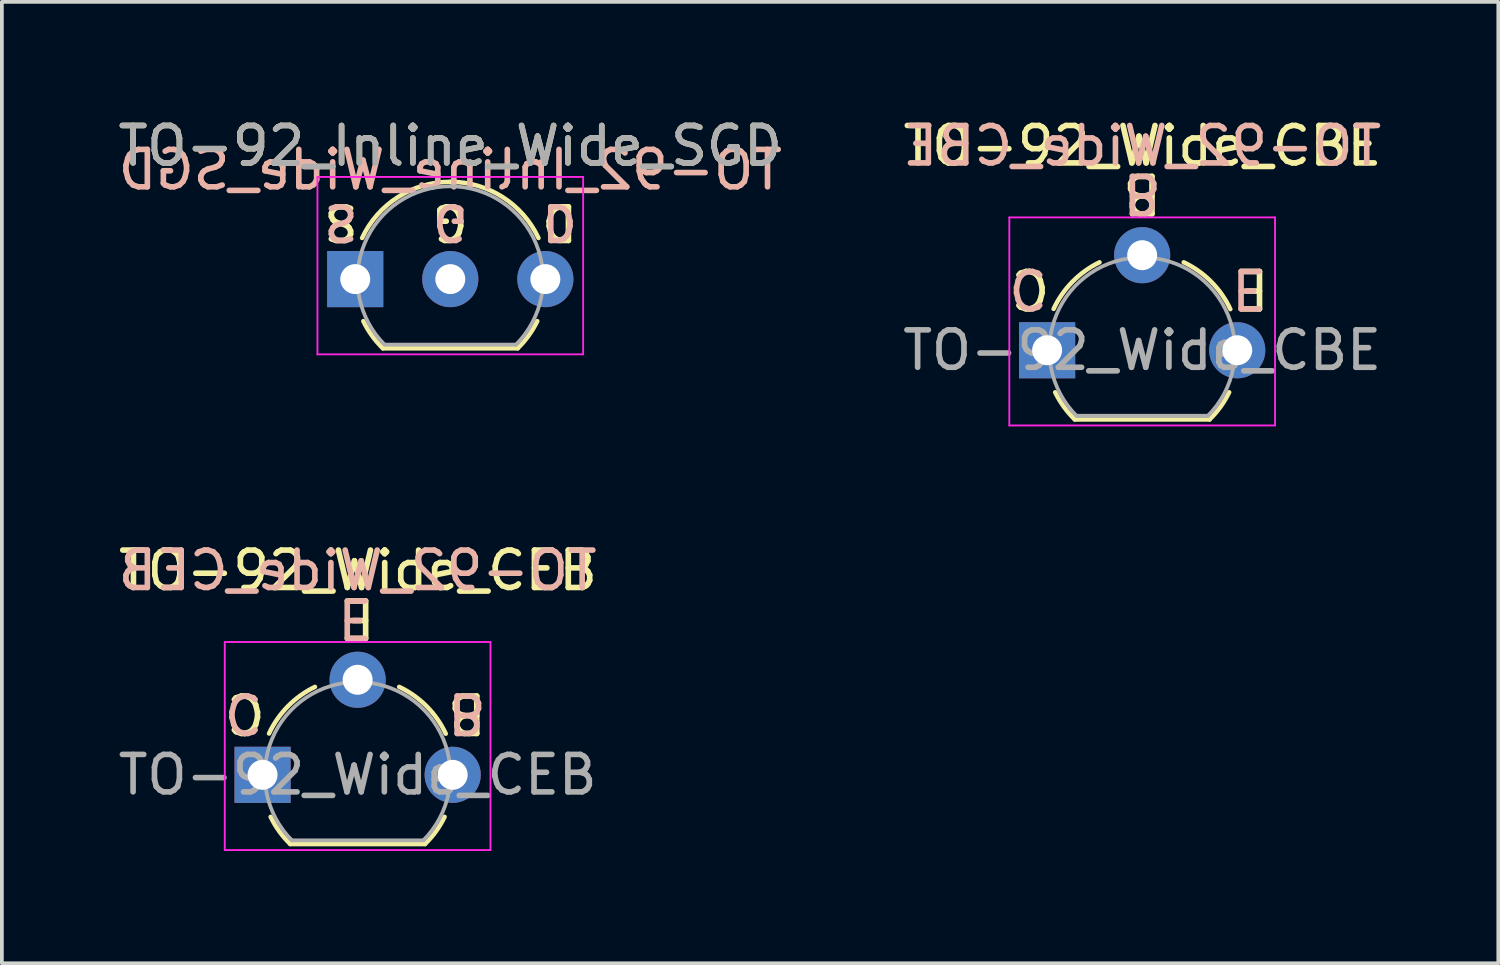
<source format=kicad_pcb>
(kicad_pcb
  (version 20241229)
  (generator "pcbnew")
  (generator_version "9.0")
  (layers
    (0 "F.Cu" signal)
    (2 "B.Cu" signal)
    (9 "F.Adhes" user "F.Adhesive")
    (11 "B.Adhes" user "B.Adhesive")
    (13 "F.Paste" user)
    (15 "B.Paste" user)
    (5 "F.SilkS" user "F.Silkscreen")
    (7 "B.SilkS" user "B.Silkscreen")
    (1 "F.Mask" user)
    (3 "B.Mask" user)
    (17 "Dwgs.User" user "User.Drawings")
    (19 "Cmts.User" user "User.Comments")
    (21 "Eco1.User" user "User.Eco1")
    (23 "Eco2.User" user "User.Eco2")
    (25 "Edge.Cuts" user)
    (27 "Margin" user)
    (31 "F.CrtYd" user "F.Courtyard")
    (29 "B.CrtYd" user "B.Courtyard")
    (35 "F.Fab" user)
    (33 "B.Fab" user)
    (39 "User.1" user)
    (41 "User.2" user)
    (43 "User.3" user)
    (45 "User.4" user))
  (footprint "TO-92_Wide_CBE"
    (layer "F.Cu")
    (at 24.93 6.309)
    (property "Reference" "TO-92_Wide_CBE" (at 2.55 -5.461 0) (layer "F.SilkS") (effects (font (size 1 1) (thickness 0.15))))
    (fp_line (start 0.74 1.85) (end 4.34 1.85) (stroke (width 0.12) (type solid)) (layer "F.SilkS"))
    (fp_arc (start 0.172801 -1.103842) (mid 0.678995 -1.832692) (end 1.4 -2.35) (stroke (width 0.12) (type solid)) (layer "F.SilkS"))
    (fp_arc (start 0.74 1.85) (mid 0.446097 1.509328) (end 0.215816 1.122795) (stroke (width 0.12) (type solid)) (layer "F.SilkS"))
    (fp_arc (start 3.65 -2.35) (mid 4.382279 -1.833196) (end 4.895458 -1.098371) (stroke (width 0.12) (type solid)) (layer "F.SilkS"))
    (fp_arc (start 4.864184 1.122795) (mid 4.633903 1.509328) (end 4.34 1.85) (stroke (width 0.12) (type solid)) (layer "F.SilkS"))
    (fp_line (start -1.01 -3.55) (end -1.01 2.01) (stroke (width 0.05) (type solid)) (layer "F.CrtYd"))
    (fp_line (start -1.01 -3.55) (end 6.09 -3.55) (stroke (width 0.05) (type solid)) (layer "F.CrtYd"))
    (fp_line (start 6.09 2.01) (end -1.01 2.01) (stroke (width 0.05) (type solid)) (layer "F.CrtYd"))
    (fp_line (start 6.09 2.01) (end 6.09 -3.55) (stroke (width 0.05) (type solid)) (layer "F.CrtYd"))
    (fp_line (start 0.8 1.75) (end 4.3 1.75) (stroke (width 0.1) (type solid)) (layer "F.Fab"))
    (fp_arc (start 0.786375 1.753625) (mid 0.248779 -0.949055) (end 2.54 -2.48) (stroke (width 0.1) (type solid)) (layer "F.Fab"))
    (fp_arc (start 2.54 -2.48) (mid 4.831221 -0.949055) (end 4.293625 1.753625) (stroke (width 0.1) (type solid)) (layer "F.Fab"))
    (fp_text user "C" (at -0.445 -1.651 180) (unlocked yes) (layer "F.SilkS") (effects (font (size 1 1) (thickness 0.15))))
    (fp_text user "E" (at 5.461 -1.651 180) (unlocked yes) (layer "F.SilkS") (effects (font (size 1 1) (thickness 0.15))))
    (fp_text user "B" (at 2.54 -4.191 180) (unlocked yes) (layer "F.SilkS") (effects (font (size 1 1) (thickness 0.15))))
    (fp_text user "B" (at 2.54 -4.191 180) (unlocked yes) (layer "B.SilkS") (effects (font (size 1 1) (thickness 0.15)) (justify mirror)))
    (fp_text user "E" (at 5.397 -1.651 180) (unlocked yes) (layer "B.SilkS") (effects (font (size 1 1) (thickness 0.15)) (justify mirror)))
    (fp_text user "C" (at -0.508 -1.651 180) (unlocked yes) (layer "B.SilkS") (effects (font (size 1 1) (thickness 0.15)) (justify mirror)))
    (fp_text user "${REFERENCE}" (at 2.54 -5.461 0) (layer "B.SilkS") (effects (font (size 1 1) (thickness 0.15)) (justify mirror)))
    (fp_text user "${REFERENCE}" (at 2.54 0 0) (layer "F.Fab") (effects (font (size 1 1) (thickness 0.15))))
    (pad "1" thru_hole rect (at 0 0 90) (size 1.5 1.5) (drill 0.8) (layers "*.Cu" "*.Mask"))
    (pad "2" thru_hole circle (at 2.54 -2.54 90) (size 1.5 1.5) (drill 0.8) (layers "*.Cu" "*.Mask"))
    (pad "3" thru_hole circle (at 5.08 0 90) (size 1.5 1.5) (drill 0.8) (layers "*.Cu" "*.Mask")))
  (footprint "TO-92_Inline_Wide_SGD"
    (layer "F.Cu")
    (at 6.442 4.408)
    (property "Reference" "TO-92_Inline_Wide_SGD" (at 2.54 -3.56 0) (layer "F.SilkS") (effects (font (size 1 1) (thickness 0.15))))
    (fp_line (start 0.74 1.85) (end 4.34 1.85) (stroke (width 0.12) (type solid)) (layer "F.SilkS"))
    (fp_arc (start 0.1836 -1.098807) (mid 1.143021 -2.192817) (end 2.54 -2.6) (stroke (width 0.12) (type solid)) (layer "F.SilkS"))
    (fp_arc (start 0.74 1.85) (mid 0.446097 1.509328) (end 0.215816 1.122795) (stroke (width 0.12) (type solid)) (layer "F.SilkS"))
    (fp_arc (start 2.54 -2.6) (mid 3.936979 -2.192818) (end 4.8964 -1.098807) (stroke (width 0.12) (type solid)) (layer "F.SilkS"))
    (fp_arc (start 4.864184 1.122795) (mid 4.633903 1.509328) (end 4.34 1.85) (stroke (width 0.12) (type solid)) (layer "F.SilkS"))
    (fp_line (start -1.01 -2.73) (end -1.01 2.01) (stroke (width 0.05) (type solid)) (layer "F.CrtYd"))
    (fp_line (start -1.01 -2.73) (end 6.09 -2.73) (stroke (width 0.05) (type solid)) (layer "F.CrtYd"))
    (fp_line (start 6.09 2.01) (end -1.01 2.01) (stroke (width 0.05) (type solid)) (layer "F.CrtYd"))
    (fp_line (start 6.09 2.01) (end 6.09 -2.73) (stroke (width 0.05) (type solid)) (layer "F.CrtYd"))
    (fp_line (start 0.8 1.75) (end 4.3 1.75) (stroke (width 0.1) (type solid)) (layer "F.Fab"))
    (fp_arc (start 0.786375 1.753625) (mid 0.248779 -0.949055) (end 2.54 -2.48) (stroke (width 0.1) (type solid)) (layer "F.Fab"))
    (fp_arc (start 2.54 -2.48) (mid 4.831221 -0.949055) (end 4.293625 1.753625) (stroke (width 0.1) (type solid)) (layer "F.Fab"))
    (fp_text user "G" (at 2.54 -1.524 180) (unlocked yes) (layer "F.SilkS") (effects (font (size 0.9 0.9) (thickness 0.15))))
    (fp_text user "D" (at 5.461 -1.524 180) (unlocked yes) (layer "F.SilkS") (effects (font (size 0.9 0.9) (thickness 0.15))))
    (fp_text user "S" (at -0.381 -1.524 180) (unlocked yes) (layer "F.SilkS") (effects (font (size 0.9 0.9) (thickness 0.15))))
    (fp_text user "D" (at 5.461 -1.524 180) (unlocked yes) (layer "B.SilkS") (effects (font (size 0.9 0.9) (thickness 0.15)) (justify mirror)))
    (fp_text user "S" (at -0.381 -1.524 180) (unlocked yes) (layer "B.SilkS") (effects (font (size 0.9 0.9) (thickness 0.15)) (justify mirror)))
    (fp_text user "G" (at 2.54 -1.524 180) (unlocked yes) (layer "B.SilkS") (effects (font (size 0.9 0.9) (thickness 0.15)) (justify mirror)))
    (fp_text user "${REFERENCE}" (at 2.54 -2.921 0) (layer "B.SilkS") (effects (font (size 1 1) (thickness 0.15)) (justify mirror)))
    (fp_text user "${REFERENCE}" (at 2.54 -3.56 0) (layer "F.Fab") (effects (font (size 1 1) (thickness 0.15))))
    (pad "1" thru_hole rect (at 0 0 90) (size 1.5 1.5) (drill 0.8) (layers "*.Cu" "*.Mask"))
    (pad "2" thru_hole circle (at 2.54 0 90) (size 1.5 1.5) (drill 0.8) (layers "*.Cu" "*.Mask"))
    (pad "3" thru_hole circle (at 5.08 0 90) (size 1.5 1.5) (drill 0.8) (layers "*.Cu" "*.Mask")))
  (footprint "TO-92_Wide_CEB"
    (layer "F.Cu")
    (at 3.966 17.654)
    (property "Reference" "TO-92_Wide_CEB" (at 2.55 -5.461 0) (layer "F.SilkS") (effects (font (size 1 1) (thickness 0.15))))
    (fp_line (start 0.74 1.85) (end 4.34 1.85) (stroke (width 0.12) (type solid)) (layer "F.SilkS"))
    (fp_arc (start 0.172801 -1.103842) (mid 0.678995 -1.832692) (end 1.4 -2.35) (stroke (width 0.12) (type solid)) (layer "F.SilkS"))
    (fp_arc (start 0.74 1.85) (mid 0.446097 1.509328) (end 0.215816 1.122795) (stroke (width 0.12) (type solid)) (layer "F.SilkS"))
    (fp_arc (start 3.65 -2.35) (mid 4.382279 -1.833196) (end 4.895458 -1.098371) (stroke (width 0.12) (type solid)) (layer "F.SilkS"))
    (fp_arc (start 4.864184 1.122795) (mid 4.633903 1.509328) (end 4.34 1.85) (stroke (width 0.12) (type solid)) (layer "F.SilkS"))
    (fp_line (start -1.01 -3.55) (end -1.01 2.01) (stroke (width 0.05) (type solid)) (layer "F.CrtYd"))
    (fp_line (start -1.01 -3.55) (end 6.09 -3.55) (stroke (width 0.05) (type solid)) (layer "F.CrtYd"))
    (fp_line (start 6.09 2.01) (end -1.01 2.01) (stroke (width 0.05) (type solid)) (layer "F.CrtYd"))
    (fp_line (start 6.09 2.01) (end 6.09 -3.55) (stroke (width 0.05) (type solid)) (layer "F.CrtYd"))
    (fp_line (start 0.8 1.75) (end 4.3 1.75) (stroke (width 0.1) (type solid)) (layer "F.Fab"))
    (fp_arc (start 0.786375 1.753625) (mid 0.248779 -0.949055) (end 2.54 -2.48) (stroke (width 0.1) (type solid)) (layer "F.Fab"))
    (fp_arc (start 2.54 -2.48) (mid 4.831221 -0.949055) (end 4.293625 1.753625) (stroke (width 0.1) (type solid)) (layer "F.Fab"))
    (fp_text user "C" (at -0.445 -1.651 180) (unlocked yes) (layer "F.SilkS") (effects (font (size 1 1) (thickness 0.15))))
    (fp_text user "E" (at 2.54 -4.191 180) (unlocked yes) (layer "F.SilkS") (effects (font (size 1 1) (thickness 0.15))))
    (fp_text user "B" (at 5.461 -1.651 180) (unlocked yes) (layer "F.SilkS") (effects (font (size 1 1) (thickness 0.15))))
    (fp_text user "E" (at 2.477 -4.191 180) (unlocked yes) (layer "B.SilkS") (effects (font (size 1 1) (thickness 0.15)) (justify mirror)))
    (fp_text user "C" (at -0.508 -1.651 180) (unlocked yes) (layer "B.SilkS") (effects (font (size 1 1) (thickness 0.15)) (justify mirror)))
    (fp_text user "${REFERENCE}" (at 2.54 -5.461 0) (layer "B.SilkS") (effects (font (size 1 1) (thickness 0.15)) (justify mirror)))
    (fp_text user "B" (at 5.461 -1.651 180) (unlocked yes) (layer "B.SilkS") (effects (font (size 1 1) (thickness 0.15)) (justify mirror)))
    (fp_text user "${REFERENCE}" (at 2.54 0 0) (layer "F.Fab") (effects (font (size 1 1) (thickness 0.15))))
    (pad "1" thru_hole rect (at 0 0 90) (size 1.5 1.5) (drill 0.8) (layers "*.Cu" "*.Mask"))
    (pad "2" thru_hole circle (at 2.54 -2.54 90) (size 1.5 1.5) (drill 0.8) (layers "*.Cu" "*.Mask"))
    (pad "3" thru_hole circle (at 5.08 0 90) (size 1.5 1.5) (drill 0.8) (layers "*.Cu" "*.Mask")))
  (gr_rect
    (start -3 -3)
    (end 36.986 22.689)
    (stroke (width 0.1) (type default))
    (fill no)
    (layer "Edge.Cuts")))
</source>
